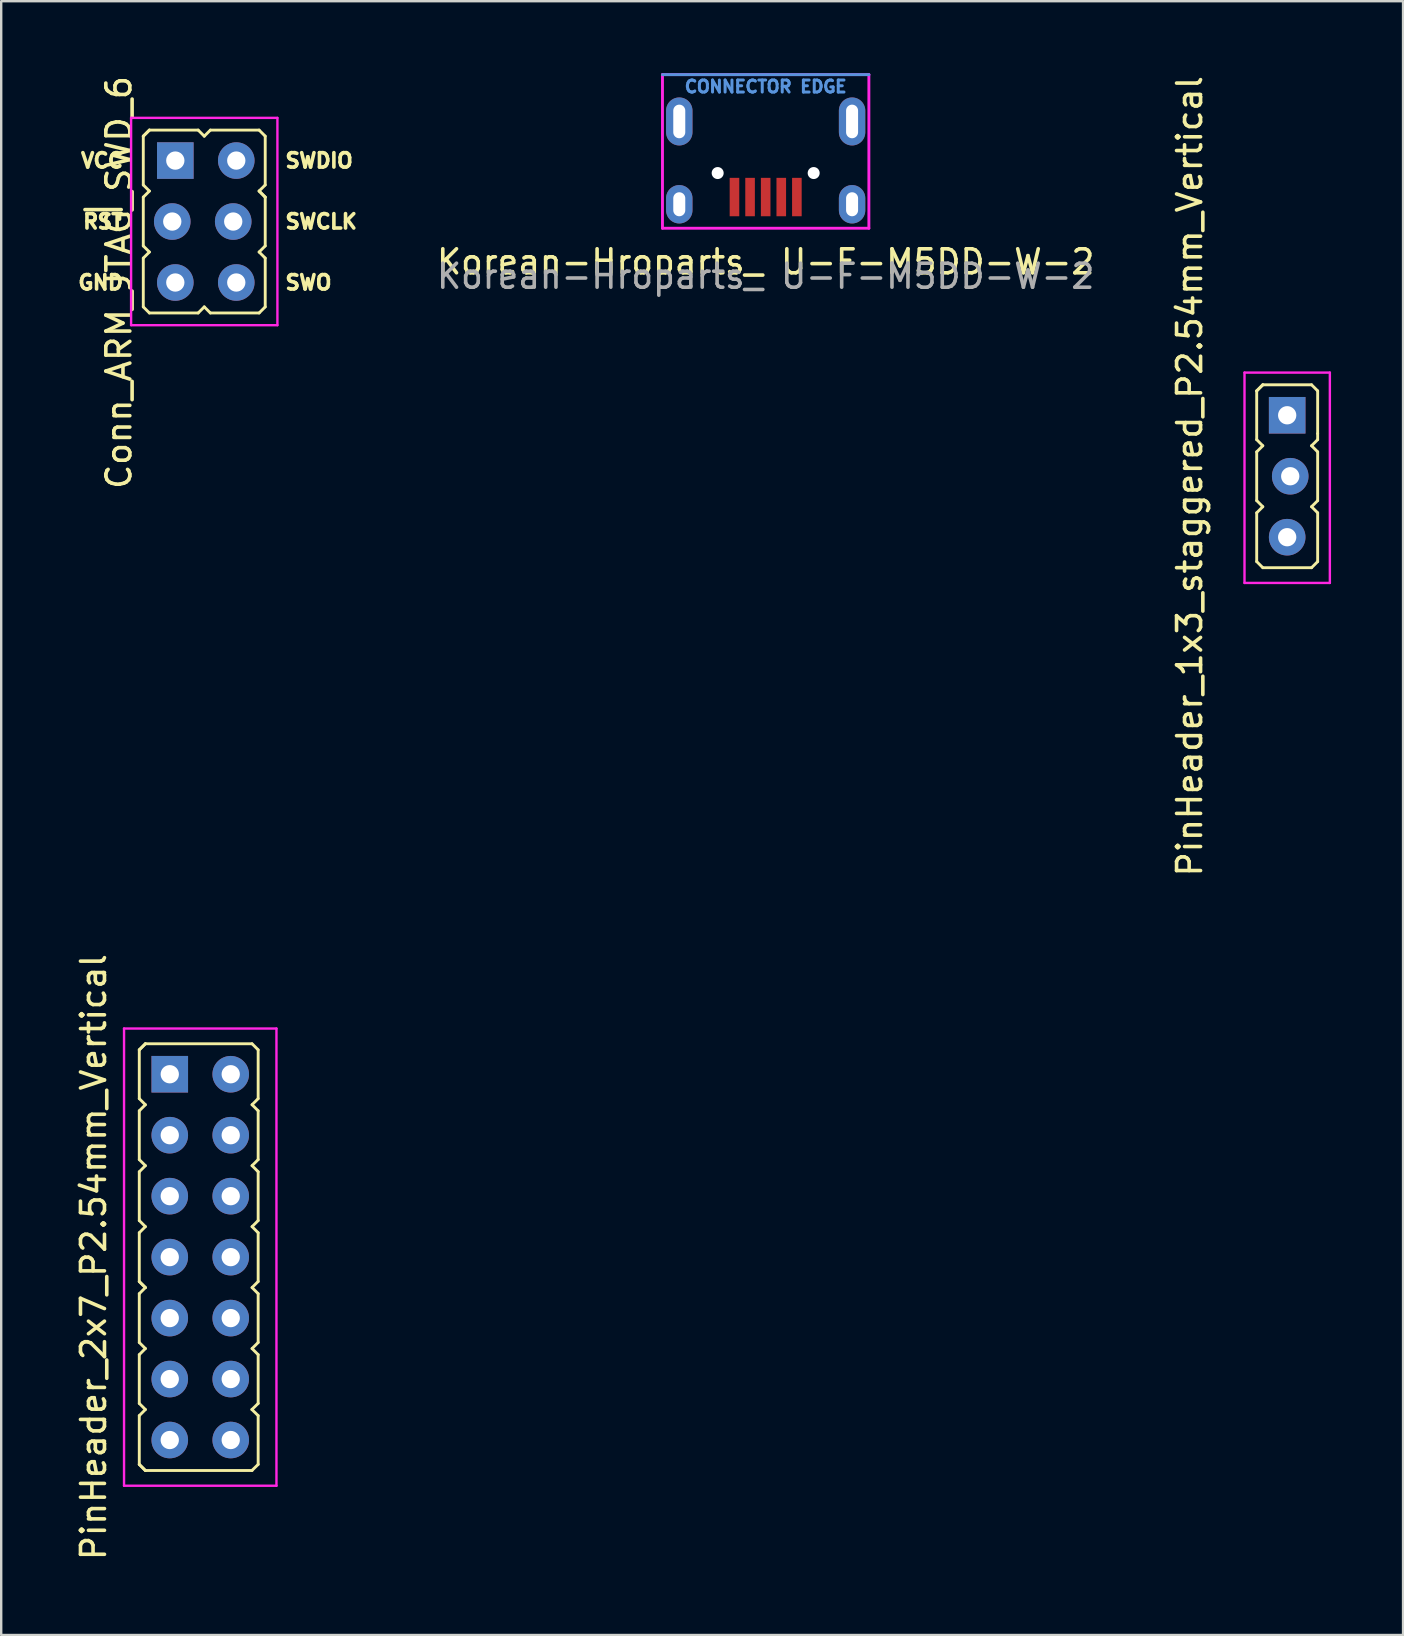
<source format=kicad_pcb>
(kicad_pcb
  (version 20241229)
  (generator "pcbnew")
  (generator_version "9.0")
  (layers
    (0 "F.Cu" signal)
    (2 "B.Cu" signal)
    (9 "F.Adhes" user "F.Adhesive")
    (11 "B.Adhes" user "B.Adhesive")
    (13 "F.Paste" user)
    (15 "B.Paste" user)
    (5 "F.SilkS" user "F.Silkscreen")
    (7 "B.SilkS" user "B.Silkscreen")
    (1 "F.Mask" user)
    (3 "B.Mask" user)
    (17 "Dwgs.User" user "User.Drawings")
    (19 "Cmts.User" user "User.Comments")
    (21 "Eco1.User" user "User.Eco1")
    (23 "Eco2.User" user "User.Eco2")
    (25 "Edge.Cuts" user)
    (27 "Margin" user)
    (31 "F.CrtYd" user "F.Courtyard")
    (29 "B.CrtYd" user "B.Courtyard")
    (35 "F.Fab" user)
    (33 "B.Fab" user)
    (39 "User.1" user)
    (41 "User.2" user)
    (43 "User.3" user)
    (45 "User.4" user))
  (footprint "Korean-Hroparts_ U-F-M5DD-W-2"
    (layer "F.Cu")
    (at 28.851 5.96)
    (property "Reference" "Korean-Hroparts_ U-F-M5DD-W-2" (at 0 1.9 0) (unlocked yes) (layer "F.SilkS") (effects (font (size 1 1) (thickness 0.15))))
    (attr through_hole)
    (fp_line (start 4.3 -5.9) (end -4.3 -5.9) (stroke (width 0.12) (type solid)) (layer "Cmts.User"))
    (fp_line (start -4.3 -5.9) (end 4.3 -5.9) (stroke (width 0.12) (type solid)) (layer "F.CrtYd"))
    (fp_line (start -4.3 0.5) (end -4.3 -5.9) (stroke (width 0.12) (type solid)) (layer "F.CrtYd"))
    (fp_line (start -4.3 0.5) (end 4.3 0.5) (stroke (width 0.12) (type solid)) (layer "F.CrtYd"))
    (fp_line (start 4.3 0.5) (end 4.3 -5.9) (stroke (width 0.12) (type solid)) (layer "F.CrtYd"))
    (fp_text user "CONNECTOR EDGE" (at 0 -5.4 0) (unlocked yes) (layer "Cmts.User") (effects (font (size 0.5 0.5) (thickness 0.125))))
    (fp_text user "${REFERENCE}" (at 0 2.5 0) (unlocked yes) (layer "F.Fab") (effects (font (size 1 1) (thickness 0.15))))
    (pad "" np_thru_hole circle (at -2 -1.8) (size 0.5 0.5) (drill 0.5) (layers "*.Cu" "*.Mask"))
    (pad "" np_thru_hole circle (at 2 -1.8) (size 0.5 0.5) (drill 0.5) (layers "*.Cu" "*.Mask"))
    (pad "1" smd rect (at -1.3 -0.8) (size 0.4 1.6) (layers "F.Cu" "F.Mask"))
    (pad "2" smd rect (at -0.65 -0.8) (size 0.4 1.6) (layers "F.Cu" "F.Mask"))
    (pad "3" smd rect (at 0 -0.8) (size 0.4 1.6) (layers "F.Cu" "F.Mask"))
    (pad "4" smd rect (at 0.65 -0.8) (size 0.4 1.6) (layers "F.Cu" "F.Mask"))
    (pad "5" smd rect (at 1.3 -0.8) (size 0.4 1.6) (layers "F.Cu" "F.Mask"))
    (pad "6" thru_hole oval (at -3.6 -3.95) (size 1.1 2) (drill oval 0.5 1.4) (layers "*.Cu" "*.Mask"))
    (pad "6" thru_hole oval (at -3.6 -0.5) (size 1.1 1.6) (drill oval 0.5 1) (layers "*.Cu" "*.Mask"))
    (pad "6" thru_hole oval (at 3.6 -3.95) (size 1.1 2) (drill oval 0.5 1.4) (layers "*.Cu" "*.Mask"))
    (pad "6" thru_hole oval (at 3.6 -0.5) (size 1.1 1.6) (drill oval 0.5 1) (layers "*.Cu" "*.Mask")))
  (footprint "PinHeader_1x3_staggered_P2.54mm_Vertical"
    (layer "F.Cu")
    (at 50.579 16.792)
    (property "Reference" "PinHeader_1x3_staggered_P2.54mm_Vertical" (at -4.064 0 90) (layer "F.SilkS") (effects (font (size 1 1) (thickness 0.15))))
    (attr through_hole)
    (fp_line (start -1.27 -3.556) (end -1.016 -3.81) (stroke (width 0.12) (type solid)) (layer "F.SilkS"))
    (fp_line (start -1.27 -3.556) (end -1.016 -3.81) (stroke (width 0.12) (type solid)) (layer "F.SilkS"))
    (fp_line (start -1.27 -1.524) (end -1.27 -3.556) (stroke (width 0.12) (type solid)) (layer "F.SilkS"))
    (fp_line (start -1.27 -1.016) (end -1.016 -1.27) (stroke (width 0.12) (type solid)) (layer "F.SilkS"))
    (fp_line (start -1.27 1.016) (end -1.27 -1.016) (stroke (width 0.12) (type solid)) (layer "F.SilkS"))
    (fp_line (start -1.27 1.524) (end -1.016 1.27) (stroke (width 0.12) (type solid)) (layer "F.SilkS"))
    (fp_line (start -1.27 3.556) (end -1.27 1.524) (stroke (width 0.12) (type solid)) (layer "F.SilkS"))
    (fp_line (start -1.016 -1.27) (end -1.27 -1.524) (stroke (width 0.12) (type solid)) (layer "F.SilkS"))
    (fp_line (start -1.016 1.27) (end -1.27 1.016) (stroke (width 0.12) (type solid)) (layer "F.SilkS"))
    (fp_line (start -1.016 3.81) (end -1.27 3.556) (stroke (width 0.12) (type solid)) (layer "F.SilkS"))
    (fp_line (start 1.016 -3.81) (end -1.016 -3.81) (stroke (width 0.12) (type solid)) (layer "F.SilkS"))
    (fp_line (start 1.016 -1.27) (end 1.27 -1.016) (stroke (width 0.12) (type solid)) (layer "F.SilkS"))
    (fp_line (start 1.016 1.27) (end 1.27 1.524) (stroke (width 0.12) (type solid)) (layer "F.SilkS"))
    (fp_line (start 1.016 3.81) (end -1.016 3.81) (stroke (width 0.12) (type solid)) (layer "F.SilkS"))
    (fp_line (start 1.27 -3.556) (end 1.016 -3.81) (stroke (width 0.12) (type solid)) (layer "F.SilkS"))
    (fp_line (start 1.27 -3.556) (end 1.27 -1.778) (stroke (width 0.12) (type solid)) (layer "F.SilkS"))
    (fp_line (start 1.27 -1.778) (end 1.27 -1.524) (stroke (width 0.12) (type solid)) (layer "F.SilkS"))
    (fp_line (start 1.27 -1.524) (end 1.016 -1.27) (stroke (width 0.12) (type solid)) (layer "F.SilkS"))
    (fp_line (start 1.27 -1.016) (end 1.27 1.016) (stroke (width 0.12) (type solid)) (layer "F.SilkS"))
    (fp_line (start 1.27 1.016) (end 1.016 1.27) (stroke (width 0.12) (type solid)) (layer "F.SilkS"))
    (fp_line (start 1.27 1.524) (end 1.27 3.556) (stroke (width 0.12) (type solid)) (layer "F.SilkS"))
    (fp_line (start 1.27 3.556) (end 1.016 3.81) (stroke (width 0.12) (type solid)) (layer "F.SilkS"))
    (fp_line (start -1.778 4.445) (end -1.778 -4.318) (stroke (width 0.1) (type solid)) (layer "F.CrtYd"))
    (fp_line (start 1.778 -4.318) (end -1.778 -4.318) (stroke (width 0.1) (type solid)) (layer "F.CrtYd"))
    (fp_line (start 1.778 -4.318) (end 1.778 4.445) (stroke (width 0.1) (type solid)) (layer "F.CrtYd"))
    (fp_line (start 1.778 4.445) (end -1.778 4.445) (stroke (width 0.1) (type solid)) (layer "F.CrtYd"))
    (pad "1" thru_hole rect (at 0 -2.54) (size 1.524 1.524) (drill 0.762) (layers "*.Cu" "*.Mask"))
    (pad "2" thru_hole oval (at 0.127 0) (size 1.524 1.524) (drill 0.762) (layers "*.Cu" "*.Mask"))
    (pad "3" thru_hole oval (at 0 2.54) (size 1.524 1.524) (drill 0.762) (layers "*.Cu" "*.Mask")))
  (footprint "Conn_ARM_JTAG_SWD_6"
    (layer "F.Cu")
    (at 5.397 6.18)
    (property "Reference" "Conn_ARM_JTAG_SWD_6" (at -3.493 2.54 90) (layer "F.SilkS") (effects (font (size 1 1) (thickness 0.15))))
    (attr through_hole)
    (fp_line (start -2.477 -3.556) (end -2.223 -3.81) (stroke (width 0.12) (type solid)) (layer "F.SilkS"))
    (fp_line (start -2.477 -3.556) (end -2.223 -3.81) (stroke (width 0.12) (type solid)) (layer "F.SilkS"))
    (fp_line (start -2.477 -1.524) (end -2.477 -3.556) (stroke (width 0.12) (type solid)) (layer "F.SilkS"))
    (fp_line (start -2.477 -1.016) (end -2.223 -1.27) (stroke (width 0.12) (type solid)) (layer "F.SilkS"))
    (fp_line (start -2.477 1.016) (end -2.477 -1.016) (stroke (width 0.12) (type solid)) (layer "F.SilkS"))
    (fp_line (start -2.477 1.524) (end -2.223 1.27) (stroke (width 0.12) (type solid)) (layer "F.SilkS"))
    (fp_line (start -2.477 3.556) (end -2.477 1.524) (stroke (width 0.12) (type solid)) (layer "F.SilkS"))
    (fp_line (start -2.223 -1.27) (end -2.477 -1.524) (stroke (width 0.12) (type solid)) (layer "F.SilkS"))
    (fp_line (start -2.223 1.27) (end -2.477 1.016) (stroke (width 0.12) (type solid)) (layer "F.SilkS"))
    (fp_line (start -2.223 3.81) (end -2.477 3.556) (stroke (width 0.12) (type solid)) (layer "F.SilkS"))
    (fp_line (start -0.191 -3.81) (end -2.223 -3.81) (stroke (width 0.12) (type solid)) (layer "F.SilkS"))
    (fp_line (start -0.191 3.81) (end -2.223 3.81) (stroke (width 0.12) (type solid)) (layer "F.SilkS"))
    (fp_line (start -0.191 3.81) (end 0.064 3.556) (stroke (width 0.12) (type solid)) (layer "F.SilkS"))
    (fp_line (start 0.064 -3.556) (end -0.191 -3.81) (stroke (width 0.12) (type solid)) (layer "F.SilkS"))
    (fp_line (start 0.064 3.556) (end 0.318 3.81) (stroke (width 0.12) (type solid)) (layer "F.SilkS"))
    (fp_line (start 0.318 -3.81) (end 0.064 -3.556) (stroke (width 0.12) (type solid)) (layer "F.SilkS"))
    (fp_line (start 0.318 -3.81) (end 2.349 -3.81) (stroke (width 0.12) (type solid)) (layer "F.SilkS"))
    (fp_line (start 0.318 3.81) (end 2.349 3.81) (stroke (width 0.12) (type solid)) (layer "F.SilkS"))
    (fp_line (start 2.349 -3.81) (end 2.603 -3.556) (stroke (width 0.12) (type solid)) (layer "F.SilkS"))
    (fp_line (start 2.349 -1.27) (end 2.603 -1.016) (stroke (width 0.12) (type solid)) (layer "F.SilkS"))
    (fp_line (start 2.349 -1.27) (end 2.603 -1.016) (stroke (width 0.12) (type solid)) (layer "F.SilkS"))
    (fp_line (start 2.349 1.27) (end 2.603 1.524) (stroke (width 0.12) (type solid)) (layer "F.SilkS"))
    (fp_line (start 2.603 -3.556) (end 2.603 -1.524) (stroke (width 0.12) (type solid)) (layer "F.SilkS"))
    (fp_line (start 2.603 -1.524) (end 2.349 -1.27) (stroke (width 0.12) (type solid)) (layer "F.SilkS"))
    (fp_line (start 2.603 -1.016) (end 2.603 1.016) (stroke (width 0.12) (type solid)) (layer "F.SilkS"))
    (fp_line (start 2.603 1.016) (end 2.349 1.27) (stroke (width 0.12) (type solid)) (layer "F.SilkS"))
    (fp_line (start 2.603 1.524) (end 2.603 3.556) (stroke (width 0.12) (type solid)) (layer "F.SilkS"))
    (fp_line (start 2.603 3.556) (end 2.349 3.81) (stroke (width 0.12) (type solid)) (layer "F.SilkS"))
    (fp_line (start -2.985 4.318) (end -2.985 -4.318) (stroke (width 0.1) (type solid)) (layer "F.CrtYd"))
    (fp_line (start -2.985 4.318) (end 3.111 4.318) (stroke (width 0.1) (type solid)) (layer "F.CrtYd"))
    (fp_line (start 3.111 -4.318) (end -2.985 -4.318) (stroke (width 0.1) (type solid)) (layer "F.CrtYd"))
    (fp_line (start 3.111 -4.318) (end 3.111 4.318) (stroke (width 0.1) (type solid)) (layer "F.CrtYd"))
    (fp_text user "~{RST}" (at -3.239 0 0) (layer "F.SilkS") (effects (font (size 0.6 0.6) (thickness 0.15)) (justify right)))
    (fp_text user "GND" (at -3.239 2.54 0) (layer "F.SilkS") (effects (font (size 0.6 0.6) (thickness 0.15)) (justify right)))
    (fp_text user "VCC" (at -3.239 -2.54 0) (layer "F.SilkS") (effects (font (size 0.6 0.6) (thickness 0.15)) (justify right)))
    (fp_text user "SWDIO" (at 3.365 -2.54 0) (layer "F.SilkS") (effects (font (size 0.6 0.6) (thickness 0.15)) (justify left)))
    (fp_text user "SWCLK" (at 3.365 0 0) (layer "F.SilkS") (effects (font (size 0.6 0.6) (thickness 0.15)) (justify left)))
    (fp_text user "SWO" (at 3.365 2.54 0) (layer "F.SilkS") (effects (font (size 0.6 0.6) (thickness 0.15)) (justify left)))
    (pad "1" thru_hole rect (at -1.143 -2.54) (size 1.524 1.524) (drill 0.762) (layers "*.Cu" "*.Mask"))
    (pad "2" thru_hole oval (at 1.397 -2.54) (size 1.524 1.524) (drill 0.762) (layers "*.Cu" "*.Mask"))
    (pad "3" thru_hole oval (at -1.27 0) (size 1.524 1.524) (drill 0.762) (layers "*.Cu" "*.Mask"))
    (pad "4" thru_hole oval (at 1.27 0) (size 1.524 1.524) (drill 0.762) (layers "*.Cu" "*.Mask"))
    (pad "5" thru_hole oval (at -1.143 2.54) (size 1.524 1.524) (drill 0.762) (layers "*.Cu" "*.Mask"))
    (pad "6" thru_hole oval (at 1.397 2.54) (size 1.524 1.524) (drill 0.762) (layers "*.Cu" "*.Mask")))
  (footprint "PinHeader_2x7_P2.54mm_Vertical"
    (layer "F.Cu")
    (at 5.293 49.327)
    (property "Reference" "PinHeader_2x7_P2.54mm_Vertical" (at -4.445 0 90) (layer "F.SilkS") (effects (font (size 1 1) (thickness 0.15))))
    (attr through_hole)
    (fp_line (start -2.54 -8.636) (end -2.286 -8.89) (stroke (width 0.12) (type solid)) (layer "F.SilkS"))
    (fp_line (start -2.54 -8.636) (end -2.286 -8.89) (stroke (width 0.12) (type solid)) (layer "F.SilkS"))
    (fp_line (start -2.54 -6.604) (end -2.54 -8.636) (stroke (width 0.12) (type solid)) (layer "F.SilkS"))
    (fp_line (start -2.54 -6.096) (end -2.286 -6.35) (stroke (width 0.12) (type solid)) (layer "F.SilkS"))
    (fp_line (start -2.54 -4.064) (end -2.54 -6.096) (stroke (width 0.12) (type solid)) (layer "F.SilkS"))
    (fp_line (start -2.54 -3.556) (end -2.286 -3.81) (stroke (width 0.12) (type solid)) (layer "F.SilkS"))
    (fp_line (start -2.54 -1.524) (end -2.54 -3.556) (stroke (width 0.12) (type solid)) (layer "F.SilkS"))
    (fp_line (start -2.54 -1.016) (end -2.286 -1.27) (stroke (width 0.12) (type solid)) (layer "F.SilkS"))
    (fp_line (start -2.54 1.016) (end -2.54 -1.016) (stroke (width 0.12) (type solid)) (layer "F.SilkS"))
    (fp_line (start -2.54 1.524) (end -2.286 1.27) (stroke (width 0.12) (type solid)) (layer "F.SilkS"))
    (fp_line (start -2.54 3.556) (end -2.54 1.524) (stroke (width 0.12) (type solid)) (layer "F.SilkS"))
    (fp_line (start -2.54 4.064) (end -2.286 3.81) (stroke (width 0.12) (type solid)) (layer "F.SilkS"))
    (fp_line (start -2.54 6.096) (end -2.54 4.064) (stroke (width 0.12) (type solid)) (layer "F.SilkS"))
    (fp_line (start -2.54 6.604) (end -2.286 6.35) (stroke (width 0.12) (type solid)) (layer "F.SilkS"))
    (fp_line (start -2.54 8.636) (end -2.54 6.604) (stroke (width 0.12) (type solid)) (layer "F.SilkS"))
    (fp_line (start -2.286 -6.35) (end -2.54 -6.604) (stroke (width 0.12) (type solid)) (layer "F.SilkS"))
    (fp_line (start -2.286 -3.81) (end -2.54 -4.064) (stroke (width 0.12) (type solid)) (layer "F.SilkS"))
    (fp_line (start -2.286 -1.27) (end -2.54 -1.524) (stroke (width 0.12) (type solid)) (layer "F.SilkS"))
    (fp_line (start -2.286 1.27) (end -2.54 1.016) (stroke (width 0.12) (type solid)) (layer "F.SilkS"))
    (fp_line (start -2.286 1.27) (end -2.54 1.016) (stroke (width 0.12) (type solid)) (layer "F.SilkS"))
    (fp_line (start -2.286 3.81) (end -2.54 3.556) (stroke (width 0.12) (type solid)) (layer "F.SilkS"))
    (fp_line (start -2.286 6.35) (end -2.54 6.096) (stroke (width 0.12) (type solid)) (layer "F.SilkS"))
    (fp_line (start -2.286 8.89) (end -2.54 8.636) (stroke (width 0.12) (type solid)) (layer "F.SilkS"))
    (fp_line (start -2.286 8.89) (end -2.54 8.636) (stroke (width 0.12) (type solid)) (layer "F.SilkS"))
    (fp_line (start 2.152 -8.89) (end -2.286 -8.89) (stroke (width 0.12) (type solid)) (layer "F.SilkS"))
    (fp_line (start 2.152 6.35) (end 2.413 6.604) (stroke (width 0.12) (type solid)) (layer "F.SilkS"))
    (fp_line (start 2.159 -6.35) (end 2.413 -6.096) (stroke (width 0.12) (type solid)) (layer "F.SilkS"))
    (fp_line (start 2.159 -3.81) (end 2.413 -3.556) (stroke (width 0.12) (type solid)) (layer "F.SilkS"))
    (fp_line (start 2.159 -1.27) (end 2.413 -1.016) (stroke (width 0.12) (type solid)) (layer "F.SilkS"))
    (fp_line (start 2.159 1.27) (end 2.413 1.524) (stroke (width 0.12) (type solid)) (layer "F.SilkS"))
    (fp_line (start 2.159 3.81) (end 2.413 4.064) (stroke (width 0.12) (type solid)) (layer "F.SilkS"))
    (fp_line (start 2.159 8.89) (end -2.286 8.89) (stroke (width 0.12) (type solid)) (layer "F.SilkS"))
    (fp_line (start 2.413 -8.636) (end 2.159 -8.89) (stroke (width 0.12) (type solid)) (layer "F.SilkS"))
    (fp_line (start 2.413 -8.636) (end 2.413 -6.604) (stroke (width 0.12) (type solid)) (layer "F.SilkS"))
    (fp_line (start 2.413 -6.604) (end 2.159 -6.35) (stroke (width 0.12) (type solid)) (layer "F.SilkS"))
    (fp_line (start 2.413 -6.096) (end 2.413 -4.064) (stroke (width 0.12) (type solid)) (layer "F.SilkS"))
    (fp_line (start 2.413 -4.064) (end 2.159 -3.81) (stroke (width 0.12) (type solid)) (layer "F.SilkS"))
    (fp_line (start 2.413 -3.556) (end 2.413 -1.524) (stroke (width 0.12) (type solid)) (layer "F.SilkS"))
    (fp_line (start 2.413 -1.524) (end 2.159 -1.27) (stroke (width 0.12) (type solid)) (layer "F.SilkS"))
    (fp_line (start 2.413 -1.016) (end 2.413 1.016) (stroke (width 0.12) (type solid)) (layer "F.SilkS"))
    (fp_line (start 2.413 1.016) (end 2.159 1.27) (stroke (width 0.12) (type solid)) (layer "F.SilkS"))
    (fp_line (start 2.413 1.524) (end 2.413 3.556) (stroke (width 0.12) (type solid)) (layer "F.SilkS"))
    (fp_line (start 2.413 3.556) (end 2.159 3.81) (stroke (width 0.12) (type solid)) (layer "F.SilkS"))
    (fp_line (start 2.413 4.064) (end 2.413 6.096) (stroke (width 0.12) (type solid)) (layer "F.SilkS"))
    (fp_line (start 2.413 6.096) (end 2.152 6.35) (stroke (width 0.12) (type solid)) (layer "F.SilkS"))
    (fp_line (start 2.413 6.604) (end 2.413 8.636) (stroke (width 0.12) (type solid)) (layer "F.SilkS"))
    (fp_line (start 2.413 8.636) (end 2.152 8.89) (stroke (width 0.12) (type solid)) (layer "F.SilkS"))
    (fp_line (start -3.175 9.525) (end -3.175 -9.525) (stroke (width 0.1) (type solid)) (layer "F.CrtYd"))
    (fp_line (start 3.175 -9.525) (end -3.175 -9.525) (stroke (width 0.1) (type solid)) (layer "F.CrtYd"))
    (fp_line (start 3.175 -9.525) (end 3.175 9.525) (stroke (width 0.1) (type solid)) (layer "F.CrtYd"))
    (fp_line (start 3.175 9.525) (end -3.175 9.525) (stroke (width 0.1) (type solid)) (layer "F.CrtYd"))
    (pad "1" thru_hole rect (at -1.27 -7.62) (size 1.524 1.524) (drill 0.762) (layers "*.Cu" "*.Mask"))
    (pad "2" thru_hole oval (at -1.27 -5.08) (size 1.524 1.524) (drill 0.762) (layers "*.Cu" "*.Mask"))
    (pad "3" thru_hole oval (at -1.27 -2.54) (size 1.524 1.524) (drill 0.762) (layers "*.Cu" "*.Mask"))
    (pad "4" thru_hole oval (at -1.27 0) (size 1.524 1.524) (drill 0.762) (layers "*.Cu" "*.Mask"))
    (pad "5" thru_hole oval (at -1.27 2.54) (size 1.524 1.524) (drill 0.762) (layers "*.Cu" "*.Mask"))
    (pad "6" thru_hole oval (at -1.27 5.08) (size 1.524 1.524) (drill 0.762) (layers "*.Cu" "*.Mask"))
    (pad "7" thru_hole oval (at -1.27 7.62) (size 1.524 1.524) (drill 0.762) (layers "*.Cu" "*.Mask"))
    (pad "8" thru_hole oval (at 1.27 -7.62) (size 1.524 1.524) (drill 0.762) (layers "*.Cu" "*.Mask"))
    (pad "9" thru_hole oval (at 1.27 -5.08) (size 1.524 1.524) (drill 0.762) (layers "*.Cu" "*.Mask"))
    (pad "10" thru_hole oval (at 1.27 -2.54) (size 1.524 1.524) (drill 0.762) (layers "*.Cu" "*.Mask"))
    (pad "11" thru_hole oval (at 1.27 0) (size 1.524 1.524) (drill 0.762) (layers "*.Cu" "*.Mask"))
    (pad "12" thru_hole oval (at 1.27 2.54) (size 1.524 1.524) (drill 0.762) (layers "*.Cu" "*.Mask"))
    (pad "13" thru_hole oval (at 1.27 5.08) (size 1.524 1.524) (drill 0.762) (layers "*.Cu" "*.Mask"))
    (pad "14" thru_hole oval (at 1.27 7.62) (size 1.524 1.524) (drill 0.762) (layers "*.Cu" "*.Mask")))
  (gr_rect
    (start -3 -3)
    (end 55.407 65.071)
    (stroke (width 0.1) (type default))
    (fill no)
    (layer "Edge.Cuts")))
</source>
